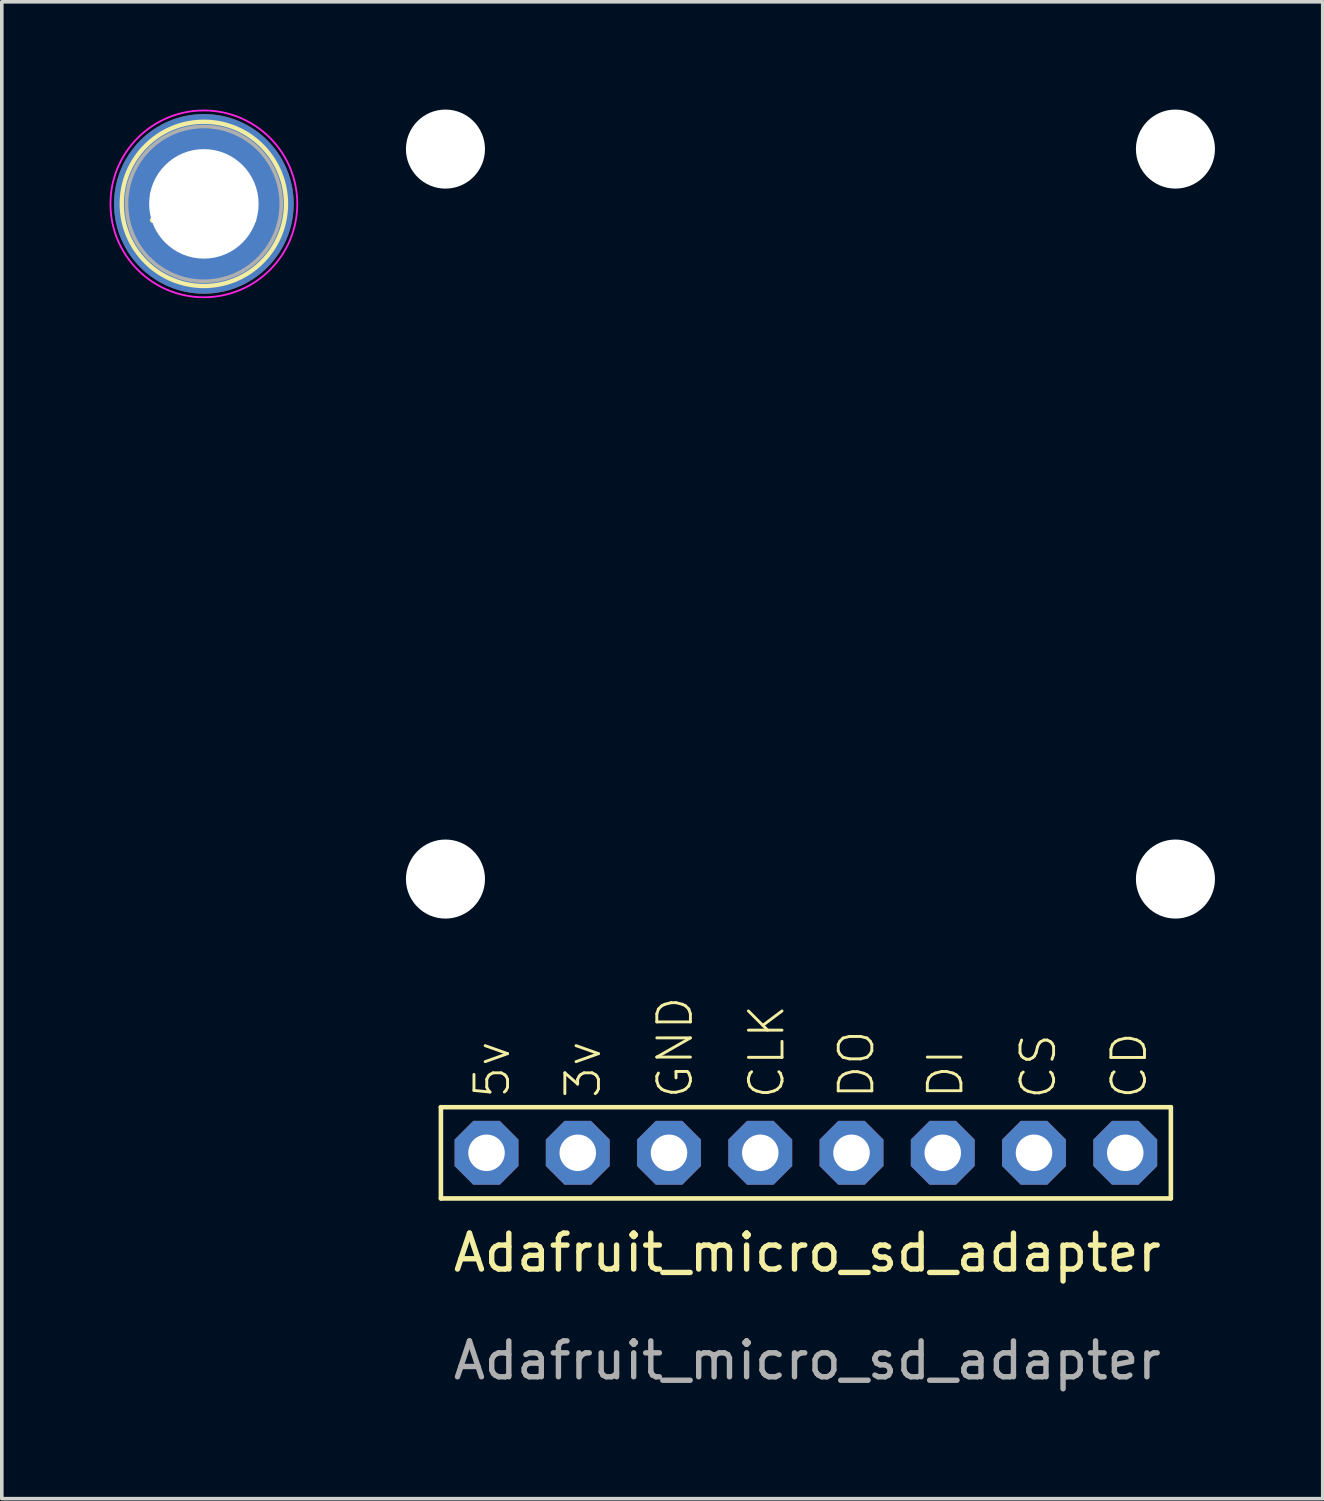
<source format=kicad_pcb>
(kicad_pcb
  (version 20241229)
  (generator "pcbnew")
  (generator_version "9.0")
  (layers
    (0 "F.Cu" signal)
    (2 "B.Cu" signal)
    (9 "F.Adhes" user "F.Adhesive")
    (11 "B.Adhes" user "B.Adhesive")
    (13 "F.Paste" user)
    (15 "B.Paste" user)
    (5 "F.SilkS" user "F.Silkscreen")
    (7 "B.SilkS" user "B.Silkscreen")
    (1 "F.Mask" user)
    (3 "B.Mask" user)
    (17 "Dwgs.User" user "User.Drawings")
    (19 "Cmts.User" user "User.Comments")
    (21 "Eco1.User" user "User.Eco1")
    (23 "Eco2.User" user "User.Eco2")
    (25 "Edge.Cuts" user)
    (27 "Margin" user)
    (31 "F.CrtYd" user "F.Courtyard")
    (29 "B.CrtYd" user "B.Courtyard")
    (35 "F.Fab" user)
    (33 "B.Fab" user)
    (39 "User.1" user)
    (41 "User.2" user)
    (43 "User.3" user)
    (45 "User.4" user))
  (footprint "1pin"
    (layer "F.Cu")
    (at 2.625 2.625)
    (property "Reference" "1pin" (at 0 0 0) (layer "F.SilkS") (effects (font (size 1 1) (thickness 0.15))))
    (attr through_hole)
    (fp_circle (center 0 0) (end 0 -2.286) (stroke (width 0.12) (type solid)) (fill no) (layer "F.SilkS"))
    (fp_circle (center 0 0) (end 2.6 0) (stroke (width 0.05) (type solid)) (fill no) (layer "F.CrtYd"))
    (fp_circle (center 0 0) (end 2 0.8) (stroke (width 0.1) (type solid)) (fill no) (layer "F.Fab"))
    (pad "1" thru_hole circle (at 0 0) (size 5 5) (drill 3.048) (layers "*.Cu" "*.Mask")))
  (footprint "Adafruit_micro_sd_adapter"
    (layer "F.Cu")
    (at 19.383 14.84)
    (property "Reference" "Adafruit_micro_sd_adapter" (at 0.04 16.98 0) (unlocked yes) (layer "F.SilkS") (effects (font (size 1 1) (thickness 0.15))))
    (attr through_hole)
    (fp_line (start -10.16 12.93) (end 10.16 12.93) (stroke (width 0.127) (type solid)) (layer "F.SilkS"))
    (fp_line (start -10.16 15.47) (end -10.16 12.93) (stroke (width 0.127) (type solid)) (layer "F.SilkS"))
    (fp_line (start 10.16 12.93) (end 10.16 15.47) (stroke (width 0.127) (type solid)) (layer "F.SilkS"))
    (fp_line (start 10.16 15.47) (end -10.16 15.47) (stroke (width 0.127) (type solid)) (layer "F.SilkS"))
    (fp_text user "DO" (at 0.86 10.73 270) (layer "F.SilkS") (effects (font (size 0.935 0.935) (thickness 0.081)) (justify right top)))
    (fp_text user "CLK" (at -1.64 10.02 270) (layer "F.SilkS") (effects (font (size 0.935 0.935) (thickness 0.081)) (justify right top)))
    (fp_text user "CS" (at 5.92 10.83 270) (layer "F.SilkS") (effects (font (size 0.935 0.935) (thickness 0.081)) (justify right top)))
    (fp_text user "3v" (at -6.75 11.03 270) (layer "F.SilkS") (effects (font (size 0.935 0.935) (thickness 0.081)) (justify right top)))
    (fp_text user "5v" (at -9.28 11.03 270) (layer "F.SilkS") (effects (font (size 0.935 0.935) (thickness 0.081)) (justify right top)))
    (fp_text user "GND" (at -4.19 9.79 270) (layer "F.SilkS") (effects (font (size 0.935 0.935) (thickness 0.081)) (justify right top)))
    (fp_text user "DI" (at 3.34 11.26 270) (layer "F.SilkS") (effects (font (size 0.935 0.935) (thickness 0.081)) (justify right top)))
    (fp_text user "CD" (at 8.45 10.78 270) (layer "F.SilkS") (effects (font (size 0.935 0.935) (thickness 0.081)) (justify right top)))
    (fp_text user "${REFERENCE}" (at 0.04 19.98 0) (unlocked yes) (layer "F.Fab") (effects (font (size 1 1) (thickness 0.15))))
    (pad "" np_thru_hole circle (at -10.033 -13.74 270) (size 2.2 2.2) (drill 2.2) (layers "*.Cu" "*.Mask"))
    (pad "" np_thru_hole circle (at -10.033 6.58 270) (size 2.2 2.2) (drill 2.2) (layers "*.Cu" "*.Mask"))
    (pad "" np_thru_hole circle (at 10.287 -13.74 270) (size 2.2 2.2) (drill 2.2) (layers "*.Cu" "*.Mask"))
    (pad "" np_thru_hole circle (at 10.287 6.58 270) (size 2.2 2.2) (drill 2.2) (layers "*.Cu" "*.Mask"))
    (pad "1" thru_hole roundrect (at -8.89 14.2 90) (size 1.778 1.778) (drill 1.016) (layers "*.Cu" "*.Mask") (roundrect_rratio 0.25) (chamfer_ratio 0.293) (chamfer top_left top_right bottom_left bottom_right))
    (pad "2" thru_hole roundrect (at -6.35 14.2 90) (size 1.778 1.778) (drill 1.016) (layers "*.Cu" "*.Mask") (roundrect_rratio 0.25) (chamfer_ratio 0.293) (chamfer top_left top_right bottom_left bottom_right))
    (pad "3" thru_hole roundrect (at -3.81 14.2 90) (size 1.778 1.778) (drill 1.016) (layers "*.Cu" "*.Mask") (roundrect_rratio 0.25) (chamfer_ratio 0.293) (chamfer top_left top_right bottom_left bottom_right))
    (pad "4" thru_hole roundrect (at -1.27 14.2 90) (size 1.778 1.778) (drill 1.016) (layers "*.Cu" "*.Mask") (roundrect_rratio 0.25) (chamfer_ratio 0.293) (chamfer top_left top_right bottom_left bottom_right))
    (pad "5" thru_hole roundrect (at 1.27 14.2 90) (size 1.778 1.778) (drill 1.016) (layers "*.Cu" "*.Mask") (roundrect_rratio 0.25) (chamfer_ratio 0.293) (chamfer top_left top_right bottom_left bottom_right))
    (pad "6" thru_hole roundrect (at 3.81 14.2 90) (size 1.778 1.778) (drill 1.016) (layers "*.Cu" "*.Mask") (roundrect_rratio 0.25) (chamfer_ratio 0.293) (chamfer top_left top_right bottom_left bottom_right))
    (pad "7" thru_hole roundrect (at 6.35 14.2 90) (size 1.778 1.778) (drill 1.016) (layers "*.Cu" "*.Mask") (roundrect_rratio 0.25) (chamfer_ratio 0.293) (chamfer top_left top_right bottom_left bottom_right))
    (pad "8" thru_hole roundrect (at 8.89 14.2 90) (size 1.778 1.778) (drill 1.016) (layers "*.Cu" "*.Mask") (roundrect_rratio 0.25) (chamfer_ratio 0.293) (chamfer top_left top_right bottom_left bottom_right)))
  (gr_rect
    (start -3 -3)
    (end 33.77 38.668)
    (stroke (width 0.1) (type default))
    (fill no)
    (layer "Edge.Cuts")))
</source>
